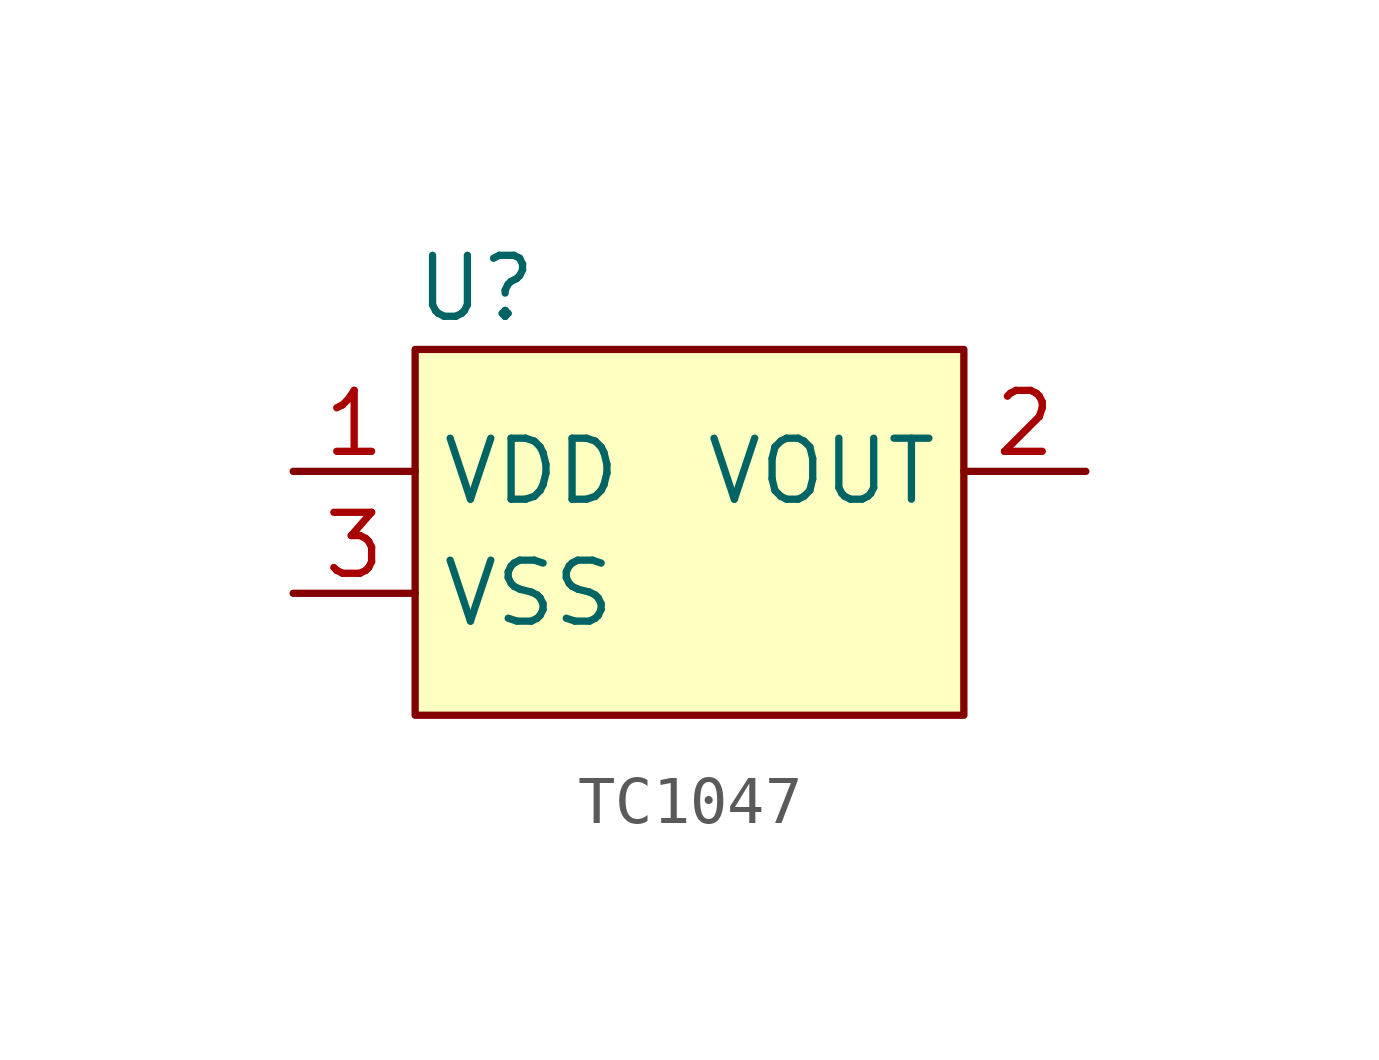
<source format=kicad_sym>
(kicad_symbol_lib
  (version 20220914)
  (generator kicad_symbol_editor)
  (symbol "TC1047"
    (property "Reference" "U"
      (at -3.81 5.08 0)
      (effects (font (size 1.27 1.27))))
    (property "Value" ""
      (at -5.08 1.27 0)
      (effects (font (size 1.27 1.27))))
    (symbol "TC1047_0_1"
      (rectangle (start -5.08 3.81) (end 6.35 -3.81) (stroke (width 0) (type default)) (fill (type background))))
    (symbol "TC1047_1_1"
      (pin input line (at -7.62 1.27 0) (length 2.54) (name "VDD" (effects (font (size 1.27 1.27)))) (number "1" (effects (font (size 1.27 1.27)))))
      (pin input line (at 8.89 1.27 180) (length 2.54) (name "VOUT" (effects (font (size 1.27 1.27)))) (number "2" (effects (font (size 1.27 1.27)))))
      (pin input line (at -7.62 -1.27 0) (length 2.54) (name "VSS" (effects (font (size 1.27 1.27)))) (number "3" (effects (font (size 1.27 1.27))))))))
</source>
